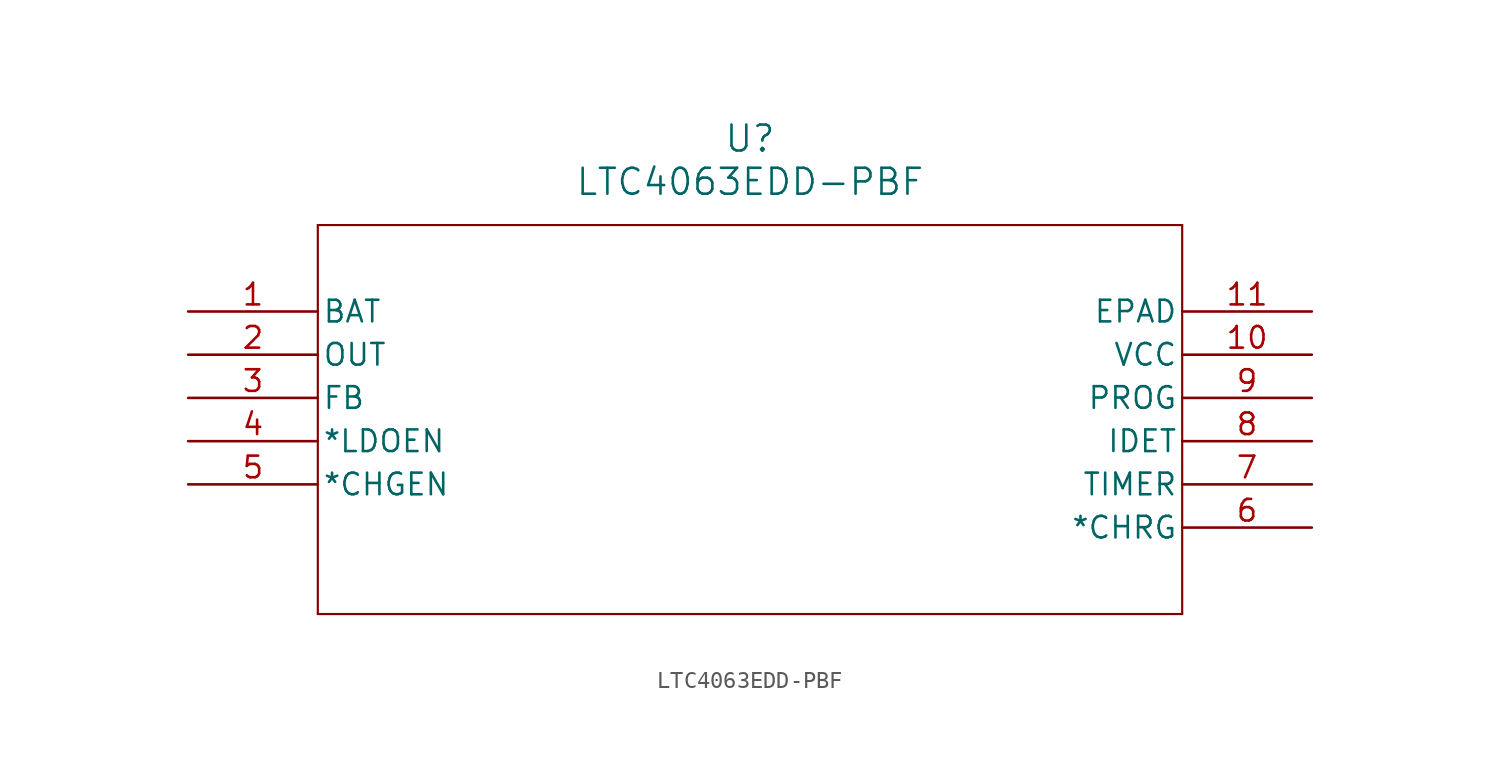
<source format=kicad_sym>
(kicad_symbol_lib
  (version 20211014)
  (generator kicad_symbol_editor)
  (symbol "LTC4063EDD-PBF"
    (pin_names
      (offset 0.254))
    (property "Reference" "U"
      (at 33.02 10.16 0)
      (effects (font (size 1.524 1.524))))
    (property "Value" "LTC4063EDD-PBF"
      (at 33.02 7.62 0)
      (effects (font (size 1.524 1.524))))
    (symbol "LTC4063EDD-PBF_0_1"
      (polyline (pts (xy 7.62 5.08) (xy 7.62 -17.78)) (stroke (width 0.127) (type default) (color 0 0 0 0)) (fill (type none)))
      (polyline (pts (xy 7.62 -17.78) (xy 58.42 -17.78)) (stroke (width 0.127) (type default) (color 0 0 0 0)) (fill (type none)))
      (polyline (pts (xy 58.42 -17.78) (xy 58.42 5.08)) (stroke (width 0.127) (type default) (color 0 0 0 0)) (fill (type none)))
      (polyline (pts (xy 58.42 5.08) (xy 7.62 5.08)) (stroke (width 0.127) (type default) (color 0 0 0 0)) (fill (type none)))
      (pin bidirectional line (at 0 0 0) (length 7.62) (name "BAT" (effects (font (size 1.27 1.27)))) (number "1" (effects (font (size 1.27 1.27)))))
      (pin output line (at 0 -2.54 0) (length 7.62) (name "OUT" (effects (font (size 1.27 1.27)))) (number "2" (effects (font (size 1.27 1.27)))))
      (pin input line (at 0 -5.08 0) (length 7.62) (name "FB" (effects (font (size 1.27 1.27)))) (number "3" (effects (font (size 1.27 1.27)))))
      (pin input line (at 0 -7.62 0) (length 7.62) (name "*LDOEN" (effects (font (size 1.27 1.27)))) (number "4" (effects (font (size 1.27 1.27)))))
      (pin input line (at 0 -10.16 0) (length 7.62) (name "*CHGEN" (effects (font (size 1.27 1.27)))) (number "5" (effects (font (size 1.27 1.27)))))
      (pin output line (at 66.04 -12.7 180) (length 7.62) (name "*CHRG" (effects (font (size 1.27 1.27)))) (number "6" (effects (font (size 1.27 1.27)))))
      (pin unspecified line (at 66.04 -10.16 180) (length 7.62) (name "TIMER" (effects (font (size 1.27 1.27)))) (number "7" (effects (font (size 1.27 1.27)))))
      (pin unspecified line (at 66.04 -7.62 180) (length 7.62) (name "IDET" (effects (font (size 1.27 1.27)))) (number "8" (effects (font (size 1.27 1.27)))))
      (pin unspecified line (at 66.04 -5.08 180) (length 7.62) (name "PROG" (effects (font (size 1.27 1.27)))) (number "9" (effects (font (size 1.27 1.27)))))
      (pin power_in line (at 66.04 -2.54 180) (length 7.62) (name "VCC" (effects (font (size 1.27 1.27)))) (number "10" (effects (font (size 1.27 1.27)))))
      (pin unspecified line (at 66.04 0 180) (length 7.62) (name "EPAD" (effects (font (size 1.27 1.27)))) (number "11" (effects (font (size 1.27 1.27))))))))
</source>
